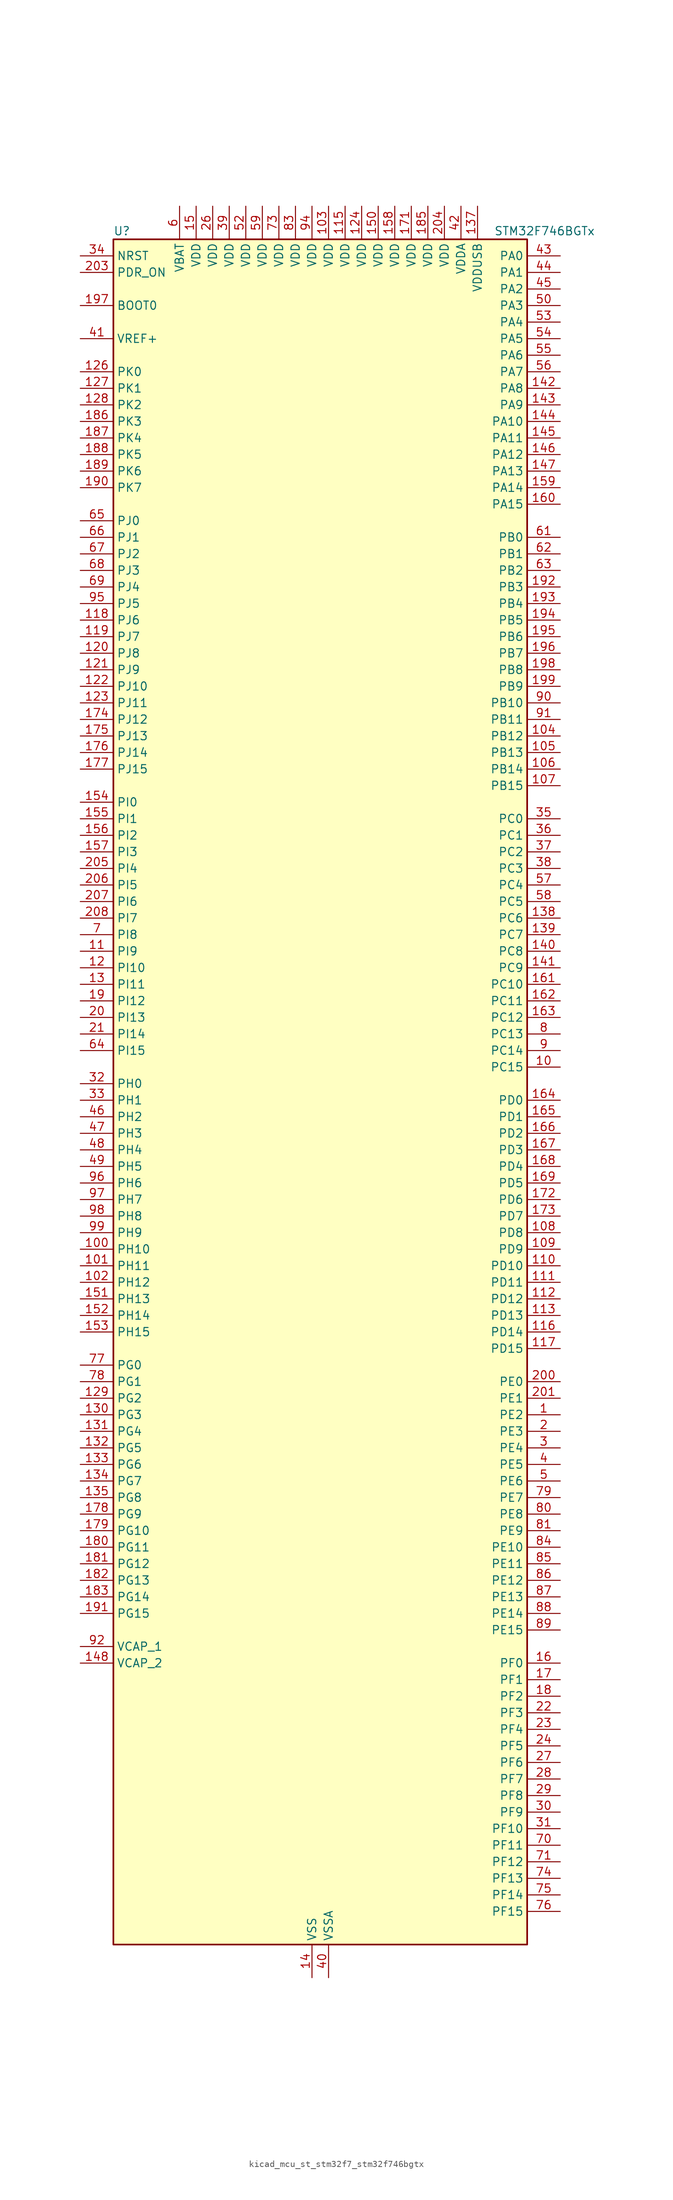
<source format=kicad_sym>
(kicad_symbol_lib
  (version 20220914)
  (generator kicad_symbol_editor)
  (symbol "kicad_mcu_st_stm32f7_stm32f746bgtx"
    (property "Reference" "U"
      (at -30.48 133.35 0)
      (effects (font (size 1.27 1.27)) (justify left)))
    (property "Value" "STM32F746BGTx"
      (at 27.94 133.35 0)
      (effects (font (size 1.27 1.27)) (justify left)))
    (property "ki_locked" ""
      (at 0 0 0)
      (effects (font (size 1.27 1.27))))
    (symbol "kicad_mcu_st_stm32f7_stm32f746bgtx_0_1"
      (rectangle (start -30.48 -129.54) (end 33.02 132.08) (stroke (width 0.254) (type default)) (fill (type background))))
    (symbol "kicad_mcu_st_stm32f7_stm32f746bgtx_1_1"
      (pin bidirectional line (at 38.1 -48.26 180) (length 5.08) (name "PE2" (effects (font (size 1.27 1.27)))) (number "1" (effects (font (size 1.27 1.27)))) (alternate "ETH_TXD3" bidirectional line) (alternate "FMC_A23" bidirectional line) (alternate "QUADSPI_BK1_IO2" bidirectional line) (alternate "SAI1_MCLK_A" bidirectional line) (alternate "SPI4_SCK" bidirectional line) (alternate "SYS_TRACECLK" bidirectional line))
      (pin bidirectional line (at 38.1 5.08 180) (length 5.08) (name "PC15" (effects (font (size 1.27 1.27)))) (number "10" (effects (font (size 1.27 1.27)))) (alternate "RCC_OSC32_OUT" bidirectional line))
      (pin bidirectional line (at -35.56 -22.86 0) (length 5.08) (name "PH10" (effects (font (size 1.27 1.27)))) (number "100" (effects (font (size 1.27 1.27)))) (alternate "DCMI_D1" bidirectional line) (alternate "FMC_D18" bidirectional line) (alternate "I2C4_SMBA" bidirectional line) (alternate "LTDC_R4" bidirectional line) (alternate "TIM5_CH1" bidirectional line))
      (pin bidirectional line (at -35.56 -25.4 0) (length 5.08) (name "PH11" (effects (font (size 1.27 1.27)))) (number "101" (effects (font (size 1.27 1.27)))) (alternate "ADC1_EXTI11" bidirectional line) (alternate "ADC2_EXTI11" bidirectional line) (alternate "ADC3_EXTI11" bidirectional line) (alternate "DCMI_D2" bidirectional line) (alternate "FMC_D19" bidirectional line) (alternate "I2C4_SCL" bidirectional line) (alternate "LTDC_R5" bidirectional line) (alternate "TIM5_CH2" bidirectional line))
      (pin bidirectional line (at -35.56 -27.94 0) (length 5.08) (name "PH12" (effects (font (size 1.27 1.27)))) (number "102" (effects (font (size 1.27 1.27)))) (alternate "DCMI_D3" bidirectional line) (alternate "FMC_D20" bidirectional line) (alternate "I2C4_SDA" bidirectional line) (alternate "LTDC_R6" bidirectional line) (alternate "TIM5_CH3" bidirectional line))
      (pin power_in line (at 2.54 137.16 270) (length 5.08) (name "VDD" (effects (font (size 1.27 1.27)))) (number "103" (effects (font (size 1.27 1.27)))))
      (pin bidirectional line (at 38.1 55.88 180) (length 5.08) (name "PB12" (effects (font (size 1.27 1.27)))) (number "104" (effects (font (size 1.27 1.27)))) (alternate "CAN2_RX" bidirectional line) (alternate "ETH_TXD0" bidirectional line) (alternate "I2C2_SMBA" bidirectional line) (alternate "I2S2_WS" bidirectional line) (alternate "SPI2_NSS" bidirectional line) (alternate "TIM1_BKIN" bidirectional line) (alternate "USART3_CK" bidirectional line) (alternate "USB_OTG_HS_ID" bidirectional line) (alternate "USB_OTG_HS_ULPI_D5" bidirectional line))
      (pin bidirectional line (at 38.1 53.34 180) (length 5.08) (name "PB13" (effects (font (size 1.27 1.27)))) (number "105" (effects (font (size 1.27 1.27)))) (alternate "CAN2_TX" bidirectional line) (alternate "ETH_TXD1" bidirectional line) (alternate "I2S2_CK" bidirectional line) (alternate "SPI2_SCK" bidirectional line) (alternate "TIM1_CH1N" bidirectional line) (alternate "USART3_CTS" bidirectional line) (alternate "USB_OTG_HS_ULPI_D6" bidirectional line) (alternate "USB_OTG_HS_VBUS" bidirectional line))
      (pin bidirectional line (at 38.1 50.8 180) (length 5.08) (name "PB14" (effects (font (size 1.27 1.27)))) (number "106" (effects (font (size 1.27 1.27)))) (alternate "SPI2_MISO" bidirectional line) (alternate "TIM12_CH1" bidirectional line) (alternate "TIM1_CH2N" bidirectional line) (alternate "TIM8_CH2N" bidirectional line) (alternate "USART3_DE" bidirectional line) (alternate "USART3_RTS" bidirectional line) (alternate "USB_OTG_HS_DM" bidirectional line))
      (pin bidirectional line (at 38.1 48.26 180) (length 5.08) (name "PB15" (effects (font (size 1.27 1.27)))) (number "107" (effects (font (size 1.27 1.27)))) (alternate "I2S2_SD" bidirectional line) (alternate "RTC_REFIN" bidirectional line) (alternate "SPI2_MOSI" bidirectional line) (alternate "TIM12_CH2" bidirectional line) (alternate "TIM1_CH3N" bidirectional line) (alternate "TIM8_CH3N" bidirectional line) (alternate "USB_OTG_HS_DP" bidirectional line))
      (pin bidirectional line (at 38.1 -20.32 180) (length 5.08) (name "PD8" (effects (font (size 1.27 1.27)))) (number "108" (effects (font (size 1.27 1.27)))) (alternate "FMC_D13" bidirectional line) (alternate "FMC_DA13" bidirectional line) (alternate "SPDIFRX_IN1" bidirectional line) (alternate "USART3_TX" bidirectional line))
      (pin bidirectional line (at 38.1 -22.86 180) (length 5.08) (name "PD9" (effects (font (size 1.27 1.27)))) (number "109" (effects (font (size 1.27 1.27)))) (alternate "DAC_EXTI9" bidirectional line) (alternate "FMC_D14" bidirectional line) (alternate "FMC_DA14" bidirectional line) (alternate "USART3_RX" bidirectional line))
      (pin bidirectional line (at -35.56 22.86 0) (length 5.08) (name "PI9" (effects (font (size 1.27 1.27)))) (number "11" (effects (font (size 1.27 1.27)))) (alternate "CAN1_RX" bidirectional line) (alternate "DAC_EXTI9" bidirectional line) (alternate "FMC_D30" bidirectional line) (alternate "LTDC_VSYNC" bidirectional line))
      (pin bidirectional line (at 38.1 -25.4 180) (length 5.08) (name "PD10" (effects (font (size 1.27 1.27)))) (number "110" (effects (font (size 1.27 1.27)))) (alternate "FMC_D15" bidirectional line) (alternate "FMC_DA15" bidirectional line) (alternate "LTDC_B3" bidirectional line) (alternate "USART3_CK" bidirectional line))
      (pin bidirectional line (at 38.1 -27.94 180) (length 5.08) (name "PD11" (effects (font (size 1.27 1.27)))) (number "111" (effects (font (size 1.27 1.27)))) (alternate "ADC1_EXTI11" bidirectional line) (alternate "ADC2_EXTI11" bidirectional line) (alternate "ADC3_EXTI11" bidirectional line) (alternate "FMC_A16" bidirectional line) (alternate "FMC_CLE" bidirectional line) (alternate "I2C4_SMBA" bidirectional line) (alternate "QUADSPI_BK1_IO0" bidirectional line) (alternate "SAI2_SD_A" bidirectional line) (alternate "USART3_CTS" bidirectional line))
      (pin bidirectional line (at 38.1 -30.48 180) (length 5.08) (name "PD12" (effects (font (size 1.27 1.27)))) (number "112" (effects (font (size 1.27 1.27)))) (alternate "FMC_A17" bidirectional line) (alternate "FMC_ALE" bidirectional line) (alternate "I2C4_SCL" bidirectional line) (alternate "LPTIM1_IN1" bidirectional line) (alternate "QUADSPI_BK1_IO1" bidirectional line) (alternate "SAI2_FS_A" bidirectional line) (alternate "TIM4_CH1" bidirectional line) (alternate "USART3_DE" bidirectional line) (alternate "USART3_RTS" bidirectional line))
      (pin bidirectional line (at 38.1 -33.02 180) (length 5.08) (name "PD13" (effects (font (size 1.27 1.27)))) (number "113" (effects (font (size 1.27 1.27)))) (alternate "FMC_A18" bidirectional line) (alternate "I2C4_SDA" bidirectional line) (alternate "LPTIM1_OUT" bidirectional line) (alternate "QUADSPI_BK1_IO3" bidirectional line) (alternate "SAI2_SCK_A" bidirectional line) (alternate "TIM4_CH2" bidirectional line))
      (pin passive line (at 0 -134.62 90) (length 5.08) hide (name "VSS" (effects (font (size 1.27 1.27)))) (number "114" (effects (font (size 1.27 1.27)))))
      (pin power_in line (at 5.08 137.16 270) (length 5.08) (name "VDD" (effects (font (size 1.27 1.27)))) (number "115" (effects (font (size 1.27 1.27)))))
      (pin bidirectional line (at 38.1 -35.56 180) (length 5.08) (name "PD14" (effects (font (size 1.27 1.27)))) (number "116" (effects (font (size 1.27 1.27)))) (alternate "FMC_D0" bidirectional line) (alternate "FMC_DA0" bidirectional line) (alternate "TIM4_CH3" bidirectional line) (alternate "UART8_CTS" bidirectional line))
      (pin bidirectional line (at 38.1 -38.1 180) (length 5.08) (name "PD15" (effects (font (size 1.27 1.27)))) (number "117" (effects (font (size 1.27 1.27)))) (alternate "FMC_D1" bidirectional line) (alternate "FMC_DA1" bidirectional line) (alternate "TIM4_CH4" bidirectional line) (alternate "UART8_DE" bidirectional line) (alternate "UART8_RTS" bidirectional line))
      (pin bidirectional line (at -35.56 73.66 0) (length 5.08) (name "PJ6" (effects (font (size 1.27 1.27)))) (number "118" (effects (font (size 1.27 1.27)))) (alternate "LTDC_R7" bidirectional line))
      (pin bidirectional line (at -35.56 71.12 0) (length 5.08) (name "PJ7" (effects (font (size 1.27 1.27)))) (number "119" (effects (font (size 1.27 1.27)))) (alternate "LTDC_G0" bidirectional line))
      (pin bidirectional line (at -35.56 20.32 0) (length 5.08) (name "PI10" (effects (font (size 1.27 1.27)))) (number "12" (effects (font (size 1.27 1.27)))) (alternate "ETH_RX_ER" bidirectional line) (alternate "FMC_D31" bidirectional line) (alternate "LTDC_HSYNC" bidirectional line))
      (pin bidirectional line (at -35.56 68.58 0) (length 5.08) (name "PJ8" (effects (font (size 1.27 1.27)))) (number "120" (effects (font (size 1.27 1.27)))) (alternate "LTDC_G1" bidirectional line))
      (pin bidirectional line (at -35.56 66.04 0) (length 5.08) (name "PJ9" (effects (font (size 1.27 1.27)))) (number "121" (effects (font (size 1.27 1.27)))) (alternate "DAC_EXTI9" bidirectional line) (alternate "LTDC_G2" bidirectional line))
      (pin bidirectional line (at -35.56 63.5 0) (length 5.08) (name "PJ10" (effects (font (size 1.27 1.27)))) (number "122" (effects (font (size 1.27 1.27)))) (alternate "LTDC_G3" bidirectional line))
      (pin bidirectional line (at -35.56 60.96 0) (length 5.08) (name "PJ11" (effects (font (size 1.27 1.27)))) (number "123" (effects (font (size 1.27 1.27)))) (alternate "ADC1_EXTI11" bidirectional line) (alternate "ADC2_EXTI11" bidirectional line) (alternate "ADC3_EXTI11" bidirectional line) (alternate "LTDC_G4" bidirectional line))
      (pin power_in line (at 7.62 137.16 270) (length 5.08) (name "VDD" (effects (font (size 1.27 1.27)))) (number "124" (effects (font (size 1.27 1.27)))))
      (pin passive line (at 0 -134.62 90) (length 5.08) hide (name "VSS" (effects (font (size 1.27 1.27)))) (number "125" (effects (font (size 1.27 1.27)))))
      (pin bidirectional line (at -35.56 111.76 0) (length 5.08) (name "PK0" (effects (font (size 1.27 1.27)))) (number "126" (effects (font (size 1.27 1.27)))) (alternate "LTDC_G5" bidirectional line))
      (pin bidirectional line (at -35.56 109.22 0) (length 5.08) (name "PK1" (effects (font (size 1.27 1.27)))) (number "127" (effects (font (size 1.27 1.27)))) (alternate "LTDC_G6" bidirectional line))
      (pin bidirectional line (at -35.56 106.68 0) (length 5.08) (name "PK2" (effects (font (size 1.27 1.27)))) (number "128" (effects (font (size 1.27 1.27)))) (alternate "LTDC_G7" bidirectional line))
      (pin bidirectional line (at -35.56 -45.72 0) (length 5.08) (name "PG2" (effects (font (size 1.27 1.27)))) (number "129" (effects (font (size 1.27 1.27)))) (alternate "FMC_A12" bidirectional line))
      (pin bidirectional line (at -35.56 17.78 0) (length 5.08) (name "PI11" (effects (font (size 1.27 1.27)))) (number "13" (effects (font (size 1.27 1.27)))) (alternate "ADC1_EXTI11" bidirectional line) (alternate "ADC2_EXTI11" bidirectional line) (alternate "ADC3_EXTI11" bidirectional line) (alternate "SYS_WKUP6" bidirectional line) (alternate "USB_OTG_HS_ULPI_DIR" bidirectional line))
      (pin bidirectional line (at -35.56 -48.26 0) (length 5.08) (name "PG3" (effects (font (size 1.27 1.27)))) (number "130" (effects (font (size 1.27 1.27)))) (alternate "FMC_A13" bidirectional line))
      (pin bidirectional line (at -35.56 -50.8 0) (length 5.08) (name "PG4" (effects (font (size 1.27 1.27)))) (number "131" (effects (font (size 1.27 1.27)))) (alternate "FMC_A14" bidirectional line) (alternate "FMC_BA0" bidirectional line))
      (pin bidirectional line (at -35.56 -53.34 0) (length 5.08) (name "PG5" (effects (font (size 1.27 1.27)))) (number "132" (effects (font (size 1.27 1.27)))) (alternate "FMC_A15" bidirectional line) (alternate "FMC_BA1" bidirectional line))
      (pin bidirectional line (at -35.56 -55.88 0) (length 5.08) (name "PG6" (effects (font (size 1.27 1.27)))) (number "133" (effects (font (size 1.27 1.27)))) (alternate "DCMI_D12" bidirectional line) (alternate "LTDC_R7" bidirectional line))
      (pin bidirectional line (at -35.56 -58.42 0) (length 5.08) (name "PG7" (effects (font (size 1.27 1.27)))) (number "134" (effects (font (size 1.27 1.27)))) (alternate "DCMI_D13" bidirectional line) (alternate "FMC_INT" bidirectional line) (alternate "LTDC_CLK" bidirectional line) (alternate "USART6_CK" bidirectional line))
      (pin bidirectional line (at -35.56 -60.96 0) (length 5.08) (name "PG8" (effects (font (size 1.27 1.27)))) (number "135" (effects (font (size 1.27 1.27)))) (alternate "ETH_PPS_OUT" bidirectional line) (alternate "FMC_SDCLK" bidirectional line) (alternate "SPDIFRX_IN2" bidirectional line) (alternate "SPI6_NSS" bidirectional line) (alternate "USART6_DE" bidirectional line) (alternate "USART6_RTS" bidirectional line))
      (pin passive line (at 0 -134.62 90) (length 5.08) hide (name "VSS" (effects (font (size 1.27 1.27)))) (number "136" (effects (font (size 1.27 1.27)))))
      (pin power_in line (at 25.4 137.16 270) (length 5.08) (name "VDDUSB" (effects (font (size 1.27 1.27)))) (number "137" (effects (font (size 1.27 1.27)))))
      (pin bidirectional line (at 38.1 27.94 180) (length 5.08) (name "PC6" (effects (font (size 1.27 1.27)))) (number "138" (effects (font (size 1.27 1.27)))) (alternate "DCMI_D0" bidirectional line) (alternate "I2S2_MCK" bidirectional line) (alternate "LTDC_HSYNC" bidirectional line) (alternate "SDMMC1_D6" bidirectional line) (alternate "TIM3_CH1" bidirectional line) (alternate "TIM8_CH1" bidirectional line) (alternate "USART6_TX" bidirectional line))
      (pin bidirectional line (at 38.1 25.4 180) (length 5.08) (name "PC7" (effects (font (size 1.27 1.27)))) (number "139" (effects (font (size 1.27 1.27)))) (alternate "DCMI_D1" bidirectional line) (alternate "I2S3_MCK" bidirectional line) (alternate "LTDC_G6" bidirectional line) (alternate "SDMMC1_D7" bidirectional line) (alternate "TIM3_CH2" bidirectional line) (alternate "TIM8_CH2" bidirectional line) (alternate "USART6_RX" bidirectional line))
      (pin power_in line (at 0 -134.62 90) (length 5.08) (name "VSS" (effects (font (size 1.27 1.27)))) (number "14" (effects (font (size 1.27 1.27)))))
      (pin bidirectional line (at 38.1 22.86 180) (length 5.08) (name "PC8" (effects (font (size 1.27 1.27)))) (number "140" (effects (font (size 1.27 1.27)))) (alternate "DCMI_D2" bidirectional line) (alternate "SDMMC1_D0" bidirectional line) (alternate "SYS_TRACED1" bidirectional line) (alternate "TIM3_CH3" bidirectional line) (alternate "TIM8_CH3" bidirectional line) (alternate "UART5_DE" bidirectional line) (alternate "UART5_RTS" bidirectional line) (alternate "USART6_CK" bidirectional line))
      (pin bidirectional line (at 38.1 20.32 180) (length 5.08) (name "PC9" (effects (font (size 1.27 1.27)))) (number "141" (effects (font (size 1.27 1.27)))) (alternate "DAC_EXTI9" bidirectional line) (alternate "DCMI_D3" bidirectional line) (alternate "I2C3_SDA" bidirectional line) (alternate "I2S_CKIN" bidirectional line) (alternate "QUADSPI_BK1_IO0" bidirectional line) (alternate "RCC_MCO_2" bidirectional line) (alternate "SDMMC1_D1" bidirectional line) (alternate "TIM3_CH4" bidirectional line) (alternate "TIM8_CH4" bidirectional line) (alternate "UART5_CTS" bidirectional line))
      (pin bidirectional line (at 38.1 109.22 180) (length 5.08) (name "PA8" (effects (font (size 1.27 1.27)))) (number "142" (effects (font (size 1.27 1.27)))) (alternate "I2C3_SCL" bidirectional line) (alternate "LTDC_R6" bidirectional line) (alternate "RCC_MCO_1" bidirectional line) (alternate "TIM1_CH1" bidirectional line) (alternate "TIM8_BKIN2" bidirectional line) (alternate "USART1_CK" bidirectional line) (alternate "USB_OTG_FS_SOF" bidirectional line))
      (pin bidirectional line (at 38.1 106.68 180) (length 5.08) (name "PA9" (effects (font (size 1.27 1.27)))) (number "143" (effects (font (size 1.27 1.27)))) (alternate "DAC_EXTI9" bidirectional line) (alternate "DCMI_D0" bidirectional line) (alternate "I2C3_SMBA" bidirectional line) (alternate "I2S2_CK" bidirectional line) (alternate "SPI2_SCK" bidirectional line) (alternate "TIM1_CH2" bidirectional line) (alternate "USART1_TX" bidirectional line) (alternate "USB_OTG_FS_VBUS" bidirectional line))
      (pin bidirectional line (at 38.1 104.14 180) (length 5.08) (name "PA10" (effects (font (size 1.27 1.27)))) (number "144" (effects (font (size 1.27 1.27)))) (alternate "DCMI_D1" bidirectional line) (alternate "TIM1_CH3" bidirectional line) (alternate "USART1_RX" bidirectional line) (alternate "USB_OTG_FS_ID" bidirectional line))
      (pin bidirectional line (at 38.1 101.6 180) (length 5.08) (name "PA11" (effects (font (size 1.27 1.27)))) (number "145" (effects (font (size 1.27 1.27)))) (alternate "ADC1_EXTI11" bidirectional line) (alternate "ADC2_EXTI11" bidirectional line) (alternate "ADC3_EXTI11" bidirectional line) (alternate "CAN1_RX" bidirectional line) (alternate "LTDC_R4" bidirectional line) (alternate "TIM1_CH4" bidirectional line) (alternate "USART1_CTS" bidirectional line) (alternate "USB_OTG_FS_DM" bidirectional line))
      (pin bidirectional line (at 38.1 99.06 180) (length 5.08) (name "PA12" (effects (font (size 1.27 1.27)))) (number "146" (effects (font (size 1.27 1.27)))) (alternate "CAN1_TX" bidirectional line) (alternate "LTDC_R5" bidirectional line) (alternate "SAI2_FS_B" bidirectional line) (alternate "TIM1_ETR" bidirectional line) (alternate "USART1_DE" bidirectional line) (alternate "USART1_RTS" bidirectional line) (alternate "USB_OTG_FS_DP" bidirectional line))
      (pin bidirectional line (at 38.1 96.52 180) (length 5.08) (name "PA13" (effects (font (size 1.27 1.27)))) (number "147" (effects (font (size 1.27 1.27)))) (alternate "SYS_JTMS-SWDIO" bidirectional line))
      (pin power_out line (at -35.56 -86.36 0) (length 5.08) (name "VCAP_2" (effects (font (size 1.27 1.27)))) (number "148" (effects (font (size 1.27 1.27)))))
      (pin passive line (at 0 -134.62 90) (length 5.08) hide (name "VSS" (effects (font (size 1.27 1.27)))) (number "149" (effects (font (size 1.27 1.27)))))
      (pin power_in line (at -17.78 137.16 270) (length 5.08) (name "VDD" (effects (font (size 1.27 1.27)))) (number "15" (effects (font (size 1.27 1.27)))))
      (pin power_in line (at 10.16 137.16 270) (length 5.08) (name "VDD" (effects (font (size 1.27 1.27)))) (number "150" (effects (font (size 1.27 1.27)))))
      (pin bidirectional line (at -35.56 -30.48 0) (length 5.08) (name "PH13" (effects (font (size 1.27 1.27)))) (number "151" (effects (font (size 1.27 1.27)))) (alternate "CAN1_TX" bidirectional line) (alternate "FMC_D21" bidirectional line) (alternate "LTDC_G2" bidirectional line) (alternate "TIM8_CH1N" bidirectional line))
      (pin bidirectional line (at -35.56 -33.02 0) (length 5.08) (name "PH14" (effects (font (size 1.27 1.27)))) (number "152" (effects (font (size 1.27 1.27)))) (alternate "DCMI_D4" bidirectional line) (alternate "FMC_D22" bidirectional line) (alternate "LTDC_G3" bidirectional line) (alternate "TIM8_CH2N" bidirectional line))
      (pin bidirectional line (at -35.56 -35.56 0) (length 5.08) (name "PH15" (effects (font (size 1.27 1.27)))) (number "153" (effects (font (size 1.27 1.27)))) (alternate "DCMI_D11" bidirectional line) (alternate "FMC_D23" bidirectional line) (alternate "LTDC_G4" bidirectional line) (alternate "TIM8_CH3N" bidirectional line))
      (pin bidirectional line (at -35.56 45.72 0) (length 5.08) (name "PI0" (effects (font (size 1.27 1.27)))) (number "154" (effects (font (size 1.27 1.27)))) (alternate "DCMI_D13" bidirectional line) (alternate "FMC_D24" bidirectional line) (alternate "I2S2_WS" bidirectional line) (alternate "LTDC_G5" bidirectional line) (alternate "SPI2_NSS" bidirectional line) (alternate "TIM5_CH4" bidirectional line))
      (pin bidirectional line (at -35.56 43.18 0) (length 5.08) (name "PI1" (effects (font (size 1.27 1.27)))) (number "155" (effects (font (size 1.27 1.27)))) (alternate "DCMI_D8" bidirectional line) (alternate "FMC_D25" bidirectional line) (alternate "I2S2_CK" bidirectional line) (alternate "LTDC_G6" bidirectional line) (alternate "SPI2_SCK" bidirectional line) (alternate "TIM8_BKIN2" bidirectional line))
      (pin bidirectional line (at -35.56 40.64 0) (length 5.08) (name "PI2" (effects (font (size 1.27 1.27)))) (number "156" (effects (font (size 1.27 1.27)))) (alternate "DCMI_D9" bidirectional line) (alternate "FMC_D26" bidirectional line) (alternate "LTDC_G7" bidirectional line) (alternate "SPI2_MISO" bidirectional line) (alternate "TIM8_CH4" bidirectional line))
      (pin bidirectional line (at -35.56 38.1 0) (length 5.08) (name "PI3" (effects (font (size 1.27 1.27)))) (number "157" (effects (font (size 1.27 1.27)))) (alternate "DCMI_D10" bidirectional line) (alternate "FMC_D27" bidirectional line) (alternate "I2S2_SD" bidirectional line) (alternate "SPI2_MOSI" bidirectional line) (alternate "TIM8_ETR" bidirectional line))
      (pin power_in line (at 12.7 137.16 270) (length 5.08) (name "VDD" (effects (font (size 1.27 1.27)))) (number "158" (effects (font (size 1.27 1.27)))))
      (pin bidirectional line (at 38.1 93.98 180) (length 5.08) (name "PA14" (effects (font (size 1.27 1.27)))) (number "159" (effects (font (size 1.27 1.27)))) (alternate "SYS_JTCK-SWCLK" bidirectional line))
      (pin bidirectional line (at 38.1 -86.36 180) (length 5.08) (name "PF0" (effects (font (size 1.27 1.27)))) (number "16" (effects (font (size 1.27 1.27)))) (alternate "FMC_A0" bidirectional line) (alternate "I2C2_SDA" bidirectional line))
      (pin bidirectional line (at 38.1 91.44 180) (length 5.08) (name "PA15" (effects (font (size 1.27 1.27)))) (number "160" (effects (font (size 1.27 1.27)))) (alternate "CEC" bidirectional line) (alternate "I2S1_WS" bidirectional line) (alternate "I2S3_WS" bidirectional line) (alternate "SPI1_NSS" bidirectional line) (alternate "SPI3_NSS" bidirectional line) (alternate "SYS_JTDI" bidirectional line) (alternate "TIM2_CH1" bidirectional line) (alternate "TIM2_ETR" bidirectional line) (alternate "UART4_DE" bidirectional line) (alternate "UART4_RTS" bidirectional line))
      (pin bidirectional line (at 38.1 17.78 180) (length 5.08) (name "PC10" (effects (font (size 1.27 1.27)))) (number "161" (effects (font (size 1.27 1.27)))) (alternate "DCMI_D8" bidirectional line) (alternate "I2S3_CK" bidirectional line) (alternate "LTDC_R2" bidirectional line) (alternate "QUADSPI_BK1_IO1" bidirectional line) (alternate "SDMMC1_D2" bidirectional line) (alternate "SPI3_SCK" bidirectional line) (alternate "UART4_TX" bidirectional line) (alternate "USART3_TX" bidirectional line))
      (pin bidirectional line (at 38.1 15.24 180) (length 5.08) (name "PC11" (effects (font (size 1.27 1.27)))) (number "162" (effects (font (size 1.27 1.27)))) (alternate "ADC1_EXTI11" bidirectional line) (alternate "ADC2_EXTI11" bidirectional line) (alternate "ADC3_EXTI11" bidirectional line) (alternate "DCMI_D4" bidirectional line) (alternate "QUADSPI_BK2_NCS" bidirectional line) (alternate "SDMMC1_D3" bidirectional line) (alternate "SPI3_MISO" bidirectional line) (alternate "UART4_RX" bidirectional line) (alternate "USART3_RX" bidirectional line))
      (pin bidirectional line (at 38.1 12.7 180) (length 5.08) (name "PC12" (effects (font (size 1.27 1.27)))) (number "163" (effects (font (size 1.27 1.27)))) (alternate "DCMI_D9" bidirectional line) (alternate "I2S3_SD" bidirectional line) (alternate "SDMMC1_CK" bidirectional line) (alternate "SPI3_MOSI" bidirectional line) (alternate "SYS_TRACED3" bidirectional line) (alternate "UART5_TX" bidirectional line) (alternate "USART3_CK" bidirectional line))
      (pin bidirectional line (at 38.1 0 180) (length 5.08) (name "PD0" (effects (font (size 1.27 1.27)))) (number "164" (effects (font (size 1.27 1.27)))) (alternate "CAN1_RX" bidirectional line) (alternate "FMC_D2" bidirectional line) (alternate "FMC_DA2" bidirectional line))
      (pin bidirectional line (at 38.1 -2.54 180) (length 5.08) (name "PD1" (effects (font (size 1.27 1.27)))) (number "165" (effects (font (size 1.27 1.27)))) (alternate "CAN1_TX" bidirectional line) (alternate "FMC_D3" bidirectional line) (alternate "FMC_DA3" bidirectional line))
      (pin bidirectional line (at 38.1 -5.08 180) (length 5.08) (name "PD2" (effects (font (size 1.27 1.27)))) (number "166" (effects (font (size 1.27 1.27)))) (alternate "DCMI_D11" bidirectional line) (alternate "SDMMC1_CMD" bidirectional line) (alternate "SYS_TRACED2" bidirectional line) (alternate "TIM3_ETR" bidirectional line) (alternate "UART5_RX" bidirectional line))
      (pin bidirectional line (at 38.1 -7.62 180) (length 5.08) (name "PD3" (effects (font (size 1.27 1.27)))) (number "167" (effects (font (size 1.27 1.27)))) (alternate "DCMI_D5" bidirectional line) (alternate "FMC_CLK" bidirectional line) (alternate "I2S2_CK" bidirectional line) (alternate "LTDC_G7" bidirectional line) (alternate "SPI2_SCK" bidirectional line) (alternate "USART2_CTS" bidirectional line))
      (pin bidirectional line (at 38.1 -10.16 180) (length 5.08) (name "PD4" (effects (font (size 1.27 1.27)))) (number "168" (effects (font (size 1.27 1.27)))) (alternate "FMC_NOE" bidirectional line) (alternate "USART2_DE" bidirectional line) (alternate "USART2_RTS" bidirectional line))
      (pin bidirectional line (at 38.1 -12.7 180) (length 5.08) (name "PD5" (effects (font (size 1.27 1.27)))) (number "169" (effects (font (size 1.27 1.27)))) (alternate "FMC_NWE" bidirectional line) (alternate "USART2_TX" bidirectional line))
      (pin bidirectional line (at 38.1 -88.9 180) (length 5.08) (name "PF1" (effects (font (size 1.27 1.27)))) (number "17" (effects (font (size 1.27 1.27)))) (alternate "FMC_A1" bidirectional line) (alternate "I2C2_SCL" bidirectional line))
      (pin passive line (at 0 -134.62 90) (length 5.08) hide (name "VSS" (effects (font (size 1.27 1.27)))) (number "170" (effects (font (size 1.27 1.27)))))
      (pin power_in line (at 15.24 137.16 270) (length 5.08) (name "VDD" (effects (font (size 1.27 1.27)))) (number "171" (effects (font (size 1.27 1.27)))))
      (pin bidirectional line (at 38.1 -15.24 180) (length 5.08) (name "PD6" (effects (font (size 1.27 1.27)))) (number "172" (effects (font (size 1.27 1.27)))) (alternate "DCMI_D10" bidirectional line) (alternate "FMC_NWAIT" bidirectional line) (alternate "I2S3_SD" bidirectional line) (alternate "LTDC_B2" bidirectional line) (alternate "SAI1_SD_A" bidirectional line) (alternate "SPI3_MOSI" bidirectional line) (alternate "USART2_RX" bidirectional line))
      (pin bidirectional line (at 38.1 -17.78 180) (length 5.08) (name "PD7" (effects (font (size 1.27 1.27)))) (number "173" (effects (font (size 1.27 1.27)))) (alternate "FMC_NE1" bidirectional line) (alternate "SPDIFRX_IN0" bidirectional line) (alternate "USART2_CK" bidirectional line))
      (pin bidirectional line (at -35.56 58.42 0) (length 5.08) (name "PJ12" (effects (font (size 1.27 1.27)))) (number "174" (effects (font (size 1.27 1.27)))) (alternate "LTDC_B0" bidirectional line))
      (pin bidirectional line (at -35.56 55.88 0) (length 5.08) (name "PJ13" (effects (font (size 1.27 1.27)))) (number "175" (effects (font (size 1.27 1.27)))) (alternate "LTDC_B1" bidirectional line))
      (pin bidirectional line (at -35.56 53.34 0) (length 5.08) (name "PJ14" (effects (font (size 1.27 1.27)))) (number "176" (effects (font (size 1.27 1.27)))) (alternate "LTDC_B2" bidirectional line))
      (pin bidirectional line (at -35.56 50.8 0) (length 5.08) (name "PJ15" (effects (font (size 1.27 1.27)))) (number "177" (effects (font (size 1.27 1.27)))) (alternate "LTDC_B3" bidirectional line))
      (pin bidirectional line (at -35.56 -63.5 0) (length 5.08) (name "PG9" (effects (font (size 1.27 1.27)))) (number "178" (effects (font (size 1.27 1.27)))) (alternate "DAC_EXTI9" bidirectional line) (alternate "DCMI_VSYNC" bidirectional line) (alternate "FMC_NCE" bidirectional line) (alternate "FMC_NE2" bidirectional line) (alternate "QUADSPI_BK2_IO2" bidirectional line) (alternate "SAI2_FS_B" bidirectional line) (alternate "SPDIFRX_IN3" bidirectional line) (alternate "USART6_RX" bidirectional line))
      (pin bidirectional line (at -35.56 -66.04 0) (length 5.08) (name "PG10" (effects (font (size 1.27 1.27)))) (number "179" (effects (font (size 1.27 1.27)))) (alternate "DCMI_D2" bidirectional line) (alternate "FMC_NE3" bidirectional line) (alternate "LTDC_B2" bidirectional line) (alternate "LTDC_G3" bidirectional line) (alternate "SAI2_SD_B" bidirectional line))
      (pin bidirectional line (at 38.1 -91.44 180) (length 5.08) (name "PF2" (effects (font (size 1.27 1.27)))) (number "18" (effects (font (size 1.27 1.27)))) (alternate "FMC_A2" bidirectional line) (alternate "I2C2_SMBA" bidirectional line))
      (pin bidirectional line (at -35.56 -68.58 0) (length 5.08) (name "PG11" (effects (font (size 1.27 1.27)))) (number "180" (effects (font (size 1.27 1.27)))) (alternate "ADC1_EXTI11" bidirectional line) (alternate "ADC2_EXTI11" bidirectional line) (alternate "ADC3_EXTI11" bidirectional line) (alternate "DCMI_D3" bidirectional line) (alternate "ETH_TX_EN" bidirectional line) (alternate "LTDC_B3" bidirectional line) (alternate "SPDIFRX_IN0" bidirectional line))
      (pin bidirectional line (at -35.56 -71.12 0) (length 5.08) (name "PG12" (effects (font (size 1.27 1.27)))) (number "181" (effects (font (size 1.27 1.27)))) (alternate "FMC_NE4" bidirectional line) (alternate "LPTIM1_IN1" bidirectional line) (alternate "LTDC_B1" bidirectional line) (alternate "LTDC_B4" bidirectional line) (alternate "SPDIFRX_IN1" bidirectional line) (alternate "SPI6_MISO" bidirectional line) (alternate "USART6_DE" bidirectional line) (alternate "USART6_RTS" bidirectional line))
      (pin bidirectional line (at -35.56 -73.66 0) (length 5.08) (name "PG13" (effects (font (size 1.27 1.27)))) (number "182" (effects (font (size 1.27 1.27)))) (alternate "ETH_TXD0" bidirectional line) (alternate "FMC_A24" bidirectional line) (alternate "LPTIM1_OUT" bidirectional line) (alternate "LTDC_R0" bidirectional line) (alternate "SPI6_SCK" bidirectional line) (alternate "SYS_TRACED0" bidirectional line) (alternate "USART6_CTS" bidirectional line))
      (pin bidirectional line (at -35.56 -76.2 0) (length 5.08) (name "PG14" (effects (font (size 1.27 1.27)))) (number "183" (effects (font (size 1.27 1.27)))) (alternate "ETH_TXD1" bidirectional line) (alternate "FMC_A25" bidirectional line) (alternate "LPTIM1_ETR" bidirectional line) (alternate "LTDC_B0" bidirectional line) (alternate "QUADSPI_BK2_IO3" bidirectional line) (alternate "SPI6_MOSI" bidirectional line) (alternate "SYS_TRACED1" bidirectional line) (alternate "USART6_TX" bidirectional line))
      (pin passive line (at 0 -134.62 90) (length 5.08) hide (name "VSS" (effects (font (size 1.27 1.27)))) (number "184" (effects (font (size 1.27 1.27)))))
      (pin power_in line (at 17.78 137.16 270) (length 5.08) (name "VDD" (effects (font (size 1.27 1.27)))) (number "185" (effects (font (size 1.27 1.27)))))
      (pin bidirectional line (at -35.56 104.14 0) (length 5.08) (name "PK3" (effects (font (size 1.27 1.27)))) (number "186" (effects (font (size 1.27 1.27)))) (alternate "LTDC_B4" bidirectional line))
      (pin bidirectional line (at -35.56 101.6 0) (length 5.08) (name "PK4" (effects (font (size 1.27 1.27)))) (number "187" (effects (font (size 1.27 1.27)))) (alternate "LTDC_B5" bidirectional line))
      (pin bidirectional line (at -35.56 99.06 0) (length 5.08) (name "PK5" (effects (font (size 1.27 1.27)))) (number "188" (effects (font (size 1.27 1.27)))) (alternate "LTDC_B6" bidirectional line))
      (pin bidirectional line (at -35.56 96.52 0) (length 5.08) (name "PK6" (effects (font (size 1.27 1.27)))) (number "189" (effects (font (size 1.27 1.27)))) (alternate "LTDC_B7" bidirectional line))
      (pin bidirectional line (at -35.56 15.24 0) (length 5.08) (name "PI12" (effects (font (size 1.27 1.27)))) (number "19" (effects (font (size 1.27 1.27)))) (alternate "LTDC_HSYNC" bidirectional line))
      (pin bidirectional line (at -35.56 93.98 0) (length 5.08) (name "PK7" (effects (font (size 1.27 1.27)))) (number "190" (effects (font (size 1.27 1.27)))) (alternate "LTDC_DE" bidirectional line))
      (pin bidirectional line (at -35.56 -78.74 0) (length 5.08) (name "PG15" (effects (font (size 1.27 1.27)))) (number "191" (effects (font (size 1.27 1.27)))) (alternate "DCMI_D13" bidirectional line) (alternate "FMC_SDNCAS" bidirectional line) (alternate "USART6_CTS" bidirectional line))
      (pin bidirectional line (at 38.1 78.74 180) (length 5.08) (name "PB3" (effects (font (size 1.27 1.27)))) (number "192" (effects (font (size 1.27 1.27)))) (alternate "I2S1_CK" bidirectional line) (alternate "I2S3_CK" bidirectional line) (alternate "SPI1_SCK" bidirectional line) (alternate "SPI3_SCK" bidirectional line) (alternate "SYS_JTDO-SWO" bidirectional line) (alternate "TIM2_CH2" bidirectional line))
      (pin bidirectional line (at 38.1 76.2 180) (length 5.08) (name "PB4" (effects (font (size 1.27 1.27)))) (number "193" (effects (font (size 1.27 1.27)))) (alternate "I2S2_WS" bidirectional line) (alternate "SPI1_MISO" bidirectional line) (alternate "SPI2_NSS" bidirectional line) (alternate "SPI3_MISO" bidirectional line) (alternate "SYS_JTRST" bidirectional line) (alternate "TIM3_CH1" bidirectional line))
      (pin bidirectional line (at 38.1 73.66 180) (length 5.08) (name "PB5" (effects (font (size 1.27 1.27)))) (number "194" (effects (font (size 1.27 1.27)))) (alternate "CAN2_RX" bidirectional line) (alternate "DCMI_D10" bidirectional line) (alternate "ETH_PPS_OUT" bidirectional line) (alternate "FMC_SDCKE1" bidirectional line) (alternate "I2C1_SMBA" bidirectional line) (alternate "I2S1_SD" bidirectional line) (alternate "I2S3_SD" bidirectional line) (alternate "SPI1_MOSI" bidirectional line) (alternate "SPI3_MOSI" bidirectional line) (alternate "TIM3_CH2" bidirectional line) (alternate "USB_OTG_HS_ULPI_D7" bidirectional line))
      (pin bidirectional line (at 38.1 71.12 180) (length 5.08) (name "PB6" (effects (font (size 1.27 1.27)))) (number "195" (effects (font (size 1.27 1.27)))) (alternate "CAN2_TX" bidirectional line) (alternate "CEC" bidirectional line) (alternate "DCMI_D5" bidirectional line) (alternate "FMC_SDNE1" bidirectional line) (alternate "I2C1_SCL" bidirectional line) (alternate "QUADSPI_BK1_NCS" bidirectional line) (alternate "TIM4_CH1" bidirectional line) (alternate "USART1_TX" bidirectional line))
      (pin bidirectional line (at 38.1 68.58 180) (length 5.08) (name "PB7" (effects (font (size 1.27 1.27)))) (number "196" (effects (font (size 1.27 1.27)))) (alternate "DCMI_VSYNC" bidirectional line) (alternate "FMC_NL" bidirectional line) (alternate "I2C1_SDA" bidirectional line) (alternate "TIM4_CH2" bidirectional line) (alternate "USART1_RX" bidirectional line))
      (pin input line (at -35.56 121.92 0) (length 5.08) (name "BOOT0" (effects (font (size 1.27 1.27)))) (number "197" (effects (font (size 1.27 1.27)))))
      (pin bidirectional line (at 38.1 66.04 180) (length 5.08) (name "PB8" (effects (font (size 1.27 1.27)))) (number "198" (effects (font (size 1.27 1.27)))) (alternate "CAN1_RX" bidirectional line) (alternate "DCMI_D6" bidirectional line) (alternate "ETH_TXD3" bidirectional line) (alternate "I2C1_SCL" bidirectional line) (alternate "LTDC_B6" bidirectional line) (alternate "SDMMC1_D4" bidirectional line) (alternate "TIM10_CH1" bidirectional line) (alternate "TIM4_CH3" bidirectional line))
      (pin bidirectional line (at 38.1 63.5 180) (length 5.08) (name "PB9" (effects (font (size 1.27 1.27)))) (number "199" (effects (font (size 1.27 1.27)))) (alternate "CAN1_TX" bidirectional line) (alternate "DAC_EXTI9" bidirectional line) (alternate "DCMI_D7" bidirectional line) (alternate "I2C1_SDA" bidirectional line) (alternate "I2S2_WS" bidirectional line) (alternate "LTDC_B7" bidirectional line) (alternate "SDMMC1_D5" bidirectional line) (alternate "SPI2_NSS" bidirectional line) (alternate "TIM11_CH1" bidirectional line) (alternate "TIM4_CH4" bidirectional line))
      (pin bidirectional line (at 38.1 -50.8 180) (length 5.08) (name "PE3" (effects (font (size 1.27 1.27)))) (number "2" (effects (font (size 1.27 1.27)))) (alternate "FMC_A19" bidirectional line) (alternate "SAI1_SD_B" bidirectional line) (alternate "SYS_TRACED0" bidirectional line))
      (pin bidirectional line (at -35.56 12.7 0) (length 5.08) (name "PI13" (effects (font (size 1.27 1.27)))) (number "20" (effects (font (size 1.27 1.27)))) (alternate "LTDC_VSYNC" bidirectional line))
      (pin bidirectional line (at 38.1 -43.18 180) (length 5.08) (name "PE0" (effects (font (size 1.27 1.27)))) (number "200" (effects (font (size 1.27 1.27)))) (alternate "DCMI_D2" bidirectional line) (alternate "FMC_NBL0" bidirectional line) (alternate "LPTIM1_ETR" bidirectional line) (alternate "SAI2_MCLK_A" bidirectional line) (alternate "TIM4_ETR" bidirectional line) (alternate "UART8_RX" bidirectional line))
      (pin bidirectional line (at 38.1 -45.72 180) (length 5.08) (name "PE1" (effects (font (size 1.27 1.27)))) (number "201" (effects (font (size 1.27 1.27)))) (alternate "DCMI_D3" bidirectional line) (alternate "FMC_NBL1" bidirectional line) (alternate "LPTIM1_IN2" bidirectional line) (alternate "UART8_TX" bidirectional line))
      (pin passive line (at 0 -134.62 90) (length 5.08) hide (name "VSS" (effects (font (size 1.27 1.27)))) (number "202" (effects (font (size 1.27 1.27)))))
      (pin input line (at -35.56 127 0) (length 5.08) (name "PDR_ON" (effects (font (size 1.27 1.27)))) (number "203" (effects (font (size 1.27 1.27)))))
      (pin power_in line (at 20.32 137.16 270) (length 5.08) (name "VDD" (effects (font (size 1.27 1.27)))) (number "204" (effects (font (size 1.27 1.27)))))
      (pin bidirectional line (at -35.56 35.56 0) (length 5.08) (name "PI4" (effects (font (size 1.27 1.27)))) (number "205" (effects (font (size 1.27 1.27)))) (alternate "DCMI_D5" bidirectional line) (alternate "FMC_NBL2" bidirectional line) (alternate "LTDC_B4" bidirectional line) (alternate "SAI2_MCLK_A" bidirectional line) (alternate "TIM8_BKIN" bidirectional line))
      (pin bidirectional line (at -35.56 33.02 0) (length 5.08) (name "PI5" (effects (font (size 1.27 1.27)))) (number "206" (effects (font (size 1.27 1.27)))) (alternate "DCMI_VSYNC" bidirectional line) (alternate "FMC_NBL3" bidirectional line) (alternate "LTDC_B5" bidirectional line) (alternate "SAI2_SCK_A" bidirectional line) (alternate "TIM8_CH1" bidirectional line))
      (pin bidirectional line (at -35.56 30.48 0) (length 5.08) (name "PI6" (effects (font (size 1.27 1.27)))) (number "207" (effects (font (size 1.27 1.27)))) (alternate "DCMI_D6" bidirectional line) (alternate "FMC_D28" bidirectional line) (alternate "LTDC_B6" bidirectional line) (alternate "SAI2_SD_A" bidirectional line) (alternate "TIM8_CH2" bidirectional line))
      (pin bidirectional line (at -35.56 27.94 0) (length 5.08) (name "PI7" (effects (font (size 1.27 1.27)))) (number "208" (effects (font (size 1.27 1.27)))) (alternate "DCMI_D7" bidirectional line) (alternate "FMC_D29" bidirectional line) (alternate "LTDC_B7" bidirectional line) (alternate "SAI2_FS_A" bidirectional line) (alternate "TIM8_CH3" bidirectional line))
      (pin bidirectional line (at -35.56 10.16 0) (length 5.08) (name "PI14" (effects (font (size 1.27 1.27)))) (number "21" (effects (font (size 1.27 1.27)))) (alternate "LTDC_CLK" bidirectional line))
      (pin bidirectional line (at 38.1 -93.98 180) (length 5.08) (name "PF3" (effects (font (size 1.27 1.27)))) (number "22" (effects (font (size 1.27 1.27)))) (alternate "ADC3_IN9" bidirectional line) (alternate "FMC_A3" bidirectional line))
      (pin bidirectional line (at 38.1 -96.52 180) (length 5.08) (name "PF4" (effects (font (size 1.27 1.27)))) (number "23" (effects (font (size 1.27 1.27)))) (alternate "ADC3_IN14" bidirectional line) (alternate "FMC_A4" bidirectional line))
      (pin bidirectional line (at 38.1 -99.06 180) (length 5.08) (name "PF5" (effects (font (size 1.27 1.27)))) (number "24" (effects (font (size 1.27 1.27)))) (alternate "ADC3_IN15" bidirectional line) (alternate "FMC_A5" bidirectional line))
      (pin passive line (at 0 -134.62 90) (length 5.08) hide (name "VSS" (effects (font (size 1.27 1.27)))) (number "25" (effects (font (size 1.27 1.27)))))
      (pin power_in line (at -15.24 137.16 270) (length 5.08) (name "VDD" (effects (font (size 1.27 1.27)))) (number "26" (effects (font (size 1.27 1.27)))))
      (pin bidirectional line (at 38.1 -101.6 180) (length 5.08) (name "PF6" (effects (font (size 1.27 1.27)))) (number "27" (effects (font (size 1.27 1.27)))) (alternate "ADC3_IN4" bidirectional line) (alternate "QUADSPI_BK1_IO3" bidirectional line) (alternate "SAI1_SD_B" bidirectional line) (alternate "SPI5_NSS" bidirectional line) (alternate "TIM10_CH1" bidirectional line) (alternate "UART7_RX" bidirectional line))
      (pin bidirectional line (at 38.1 -104.14 180) (length 5.08) (name "PF7" (effects (font (size 1.27 1.27)))) (number "28" (effects (font (size 1.27 1.27)))) (alternate "ADC3_IN5" bidirectional line) (alternate "QUADSPI_BK1_IO2" bidirectional line) (alternate "SAI1_MCLK_B" bidirectional line) (alternate "SPI5_SCK" bidirectional line) (alternate "TIM11_CH1" bidirectional line) (alternate "UART7_TX" bidirectional line))
      (pin bidirectional line (at 38.1 -106.68 180) (length 5.08) (name "PF8" (effects (font (size 1.27 1.27)))) (number "29" (effects (font (size 1.27 1.27)))) (alternate "ADC3_IN6" bidirectional line) (alternate "QUADSPI_BK1_IO0" bidirectional line) (alternate "SAI1_SCK_B" bidirectional line) (alternate "SPI5_MISO" bidirectional line) (alternate "TIM13_CH1" bidirectional line) (alternate "UART7_DE" bidirectional line) (alternate "UART7_RTS" bidirectional line))
      (pin bidirectional line (at 38.1 -53.34 180) (length 5.08) (name "PE4" (effects (font (size 1.27 1.27)))) (number "3" (effects (font (size 1.27 1.27)))) (alternate "DCMI_D4" bidirectional line) (alternate "FMC_A20" bidirectional line) (alternate "LTDC_B0" bidirectional line) (alternate "SAI1_FS_A" bidirectional line) (alternate "SPI4_NSS" bidirectional line) (alternate "SYS_TRACED1" bidirectional line))
      (pin bidirectional line (at 38.1 -109.22 180) (length 5.08) (name "PF9" (effects (font (size 1.27 1.27)))) (number "30" (effects (font (size 1.27 1.27)))) (alternate "ADC3_IN7" bidirectional line) (alternate "DAC_EXTI9" bidirectional line) (alternate "QUADSPI_BK1_IO1" bidirectional line) (alternate "SAI1_FS_B" bidirectional line) (alternate "SPI5_MOSI" bidirectional line) (alternate "TIM14_CH1" bidirectional line) (alternate "UART7_CTS" bidirectional line))
      (pin bidirectional line (at 38.1 -111.76 180) (length 5.08) (name "PF10" (effects (font (size 1.27 1.27)))) (number "31" (effects (font (size 1.27 1.27)))) (alternate "ADC3_IN8" bidirectional line) (alternate "DCMI_D11" bidirectional line) (alternate "LTDC_DE" bidirectional line))
      (pin bidirectional line (at -35.56 2.54 0) (length 5.08) (name "PH0" (effects (font (size 1.27 1.27)))) (number "32" (effects (font (size 1.27 1.27)))) (alternate "RCC_OSC_IN" bidirectional line))
      (pin bidirectional line (at -35.56 0 0) (length 5.08) (name "PH1" (effects (font (size 1.27 1.27)))) (number "33" (effects (font (size 1.27 1.27)))) (alternate "RCC_OSC_OUT" bidirectional line))
      (pin input line (at -35.56 129.54 0) (length 5.08) (name "NRST" (effects (font (size 1.27 1.27)))) (number "34" (effects (font (size 1.27 1.27)))))
      (pin bidirectional line (at 38.1 43.18 180) (length 5.08) (name "PC0" (effects (font (size 1.27 1.27)))) (number "35" (effects (font (size 1.27 1.27)))) (alternate "ADC1_IN10" bidirectional line) (alternate "ADC2_IN10" bidirectional line) (alternate "ADC3_IN10" bidirectional line) (alternate "FMC_SDNWE" bidirectional line) (alternate "LTDC_R5" bidirectional line) (alternate "SAI2_FS_B" bidirectional line) (alternate "USB_OTG_HS_ULPI_STP" bidirectional line))
      (pin bidirectional line (at 38.1 40.64 180) (length 5.08) (name "PC1" (effects (font (size 1.27 1.27)))) (number "36" (effects (font (size 1.27 1.27)))) (alternate "ADC1_IN11" bidirectional line) (alternate "ADC2_IN11" bidirectional line) (alternate "ADC3_IN11" bidirectional line) (alternate "ETH_MDC" bidirectional line) (alternate "I2S2_SD" bidirectional line) (alternate "RTC_TAMP3" bidirectional line) (alternate "RTC_TS" bidirectional line) (alternate "SAI1_SD_A" bidirectional line) (alternate "SPI2_MOSI" bidirectional line) (alternate "SYS_TRACED0" bidirectional line) (alternate "SYS_WKUP3" bidirectional line))
      (pin bidirectional line (at 38.1 38.1 180) (length 5.08) (name "PC2" (effects (font (size 1.27 1.27)))) (number "37" (effects (font (size 1.27 1.27)))) (alternate "ADC1_IN12" bidirectional line) (alternate "ADC2_IN12" bidirectional line) (alternate "ADC3_IN12" bidirectional line) (alternate "ETH_TXD2" bidirectional line) (alternate "FMC_SDNE0" bidirectional line) (alternate "SPI2_MISO" bidirectional line) (alternate "USB_OTG_HS_ULPI_DIR" bidirectional line))
      (pin bidirectional line (at 38.1 35.56 180) (length 5.08) (name "PC3" (effects (font (size 1.27 1.27)))) (number "38" (effects (font (size 1.27 1.27)))) (alternate "ADC1_IN13" bidirectional line) (alternate "ADC2_IN13" bidirectional line) (alternate "ADC3_IN13" bidirectional line) (alternate "ETH_TX_CLK" bidirectional line) (alternate "FMC_SDCKE0" bidirectional line) (alternate "I2S2_SD" bidirectional line) (alternate "SPI2_MOSI" bidirectional line) (alternate "USB_OTG_HS_ULPI_NXT" bidirectional line))
      (pin power_in line (at -12.7 137.16 270) (length 5.08) (name "VDD" (effects (font (size 1.27 1.27)))) (number "39" (effects (font (size 1.27 1.27)))))
      (pin bidirectional line (at 38.1 -55.88 180) (length 5.08) (name "PE5" (effects (font (size 1.27 1.27)))) (number "4" (effects (font (size 1.27 1.27)))) (alternate "DCMI_D6" bidirectional line) (alternate "FMC_A21" bidirectional line) (alternate "LTDC_G0" bidirectional line) (alternate "SAI1_SCK_A" bidirectional line) (alternate "SPI4_MISO" bidirectional line) (alternate "SYS_TRACED2" bidirectional line) (alternate "TIM9_CH1" bidirectional line))
      (pin power_in line (at 2.54 -134.62 90) (length 5.08) (name "VSSA" (effects (font (size 1.27 1.27)))) (number "40" (effects (font (size 1.27 1.27)))))
      (pin input line (at -35.56 116.84 0) (length 5.08) (name "VREF+" (effects (font (size 1.27 1.27)))) (number "41" (effects (font (size 1.27 1.27)))))
      (pin power_in line (at 22.86 137.16 270) (length 5.08) (name "VDDA" (effects (font (size 1.27 1.27)))) (number "42" (effects (font (size 1.27 1.27)))))
      (pin bidirectional line (at 38.1 129.54 180) (length 5.08) (name "PA0" (effects (font (size 1.27 1.27)))) (number "43" (effects (font (size 1.27 1.27)))) (alternate "ADC1_IN0" bidirectional line) (alternate "ADC2_IN0" bidirectional line) (alternate "ADC3_IN0" bidirectional line) (alternate "ETH_CRS" bidirectional line) (alternate "SAI2_SD_B" bidirectional line) (alternate "SYS_WKUP1" bidirectional line) (alternate "TIM2_CH1" bidirectional line) (alternate "TIM2_ETR" bidirectional line) (alternate "TIM5_CH1" bidirectional line) (alternate "TIM8_ETR" bidirectional line) (alternate "UART4_TX" bidirectional line) (alternate "USART2_CTS" bidirectional line))
      (pin bidirectional line (at 38.1 127 180) (length 5.08) (name "PA1" (effects (font (size 1.27 1.27)))) (number "44" (effects (font (size 1.27 1.27)))) (alternate "ADC1_IN1" bidirectional line) (alternate "ADC2_IN1" bidirectional line) (alternate "ADC3_IN1" bidirectional line) (alternate "ETH_REF_CLK" bidirectional line) (alternate "ETH_RX_CLK" bidirectional line) (alternate "LTDC_R2" bidirectional line) (alternate "QUADSPI_BK1_IO3" bidirectional line) (alternate "SAI2_MCLK_B" bidirectional line) (alternate "TIM2_CH2" bidirectional line) (alternate "TIM5_CH2" bidirectional line) (alternate "UART4_RX" bidirectional line) (alternate "USART2_DE" bidirectional line) (alternate "USART2_RTS" bidirectional line))
      (pin bidirectional line (at 38.1 124.46 180) (length 5.08) (name "PA2" (effects (font (size 1.27 1.27)))) (number "45" (effects (font (size 1.27 1.27)))) (alternate "ADC1_IN2" bidirectional line) (alternate "ADC2_IN2" bidirectional line) (alternate "ADC3_IN2" bidirectional line) (alternate "ETH_MDIO" bidirectional line) (alternate "LTDC_R1" bidirectional line) (alternate "SAI2_SCK_B" bidirectional line) (alternate "SYS_WKUP2" bidirectional line) (alternate "TIM2_CH3" bidirectional line) (alternate "TIM5_CH3" bidirectional line) (alternate "TIM9_CH1" bidirectional line) (alternate "USART2_TX" bidirectional line))
      (pin bidirectional line (at -35.56 -2.54 0) (length 5.08) (name "PH2" (effects (font (size 1.27 1.27)))) (number "46" (effects (font (size 1.27 1.27)))) (alternate "ETH_CRS" bidirectional line) (alternate "FMC_SDCKE0" bidirectional line) (alternate "LPTIM1_IN2" bidirectional line) (alternate "LTDC_R0" bidirectional line) (alternate "QUADSPI_BK2_IO0" bidirectional line) (alternate "SAI2_SCK_B" bidirectional line))
      (pin bidirectional line (at -35.56 -5.08 0) (length 5.08) (name "PH3" (effects (font (size 1.27 1.27)))) (number "47" (effects (font (size 1.27 1.27)))) (alternate "ETH_COL" bidirectional line) (alternate "FMC_SDNE0" bidirectional line) (alternate "LTDC_R1" bidirectional line) (alternate "QUADSPI_BK2_IO1" bidirectional line) (alternate "SAI2_MCLK_B" bidirectional line))
      (pin bidirectional line (at -35.56 -7.62 0) (length 5.08) (name "PH4" (effects (font (size 1.27 1.27)))) (number "48" (effects (font (size 1.27 1.27)))) (alternate "I2C2_SCL" bidirectional line) (alternate "USB_OTG_HS_ULPI_NXT" bidirectional line))
      (pin bidirectional line (at -35.56 -10.16 0) (length 5.08) (name "PH5" (effects (font (size 1.27 1.27)))) (number "49" (effects (font (size 1.27 1.27)))) (alternate "FMC_SDNWE" bidirectional line) (alternate "I2C2_SDA" bidirectional line) (alternate "SPI5_NSS" bidirectional line))
      (pin bidirectional line (at 38.1 -58.42 180) (length 5.08) (name "PE6" (effects (font (size 1.27 1.27)))) (number "5" (effects (font (size 1.27 1.27)))) (alternate "DCMI_D7" bidirectional line) (alternate "FMC_A22" bidirectional line) (alternate "LTDC_G1" bidirectional line) (alternate "SAI1_SD_A" bidirectional line) (alternate "SAI2_MCLK_B" bidirectional line) (alternate "SPI4_MOSI" bidirectional line) (alternate "SYS_TRACED3" bidirectional line) (alternate "TIM1_BKIN2" bidirectional line) (alternate "TIM9_CH2" bidirectional line))
      (pin bidirectional line (at 38.1 121.92 180) (length 5.08) (name "PA3" (effects (font (size 1.27 1.27)))) (number "50" (effects (font (size 1.27 1.27)))) (alternate "ADC1_IN3" bidirectional line) (alternate "ADC2_IN3" bidirectional line) (alternate "ADC3_IN3" bidirectional line) (alternate "ETH_COL" bidirectional line) (alternate "LTDC_B5" bidirectional line) (alternate "TIM2_CH4" bidirectional line) (alternate "TIM5_CH4" bidirectional line) (alternate "TIM9_CH2" bidirectional line) (alternate "USART2_RX" bidirectional line) (alternate "USB_OTG_HS_ULPI_D0" bidirectional line))
      (pin passive line (at 0 -134.62 90) (length 5.08) hide (name "VSS" (effects (font (size 1.27 1.27)))) (number "51" (effects (font (size 1.27 1.27)))))
      (pin power_in line (at -10.16 137.16 270) (length 5.08) (name "VDD" (effects (font (size 1.27 1.27)))) (number "52" (effects (font (size 1.27 1.27)))))
      (pin bidirectional line (at 38.1 119.38 180) (length 5.08) (name "PA4" (effects (font (size 1.27 1.27)))) (number "53" (effects (font (size 1.27 1.27)))) (alternate "ADC1_IN4" bidirectional line) (alternate "ADC2_IN4" bidirectional line) (alternate "DAC_OUT1" bidirectional line) (alternate "DCMI_HSYNC" bidirectional line) (alternate "I2S1_WS" bidirectional line) (alternate "I2S3_WS" bidirectional line) (alternate "LTDC_VSYNC" bidirectional line) (alternate "SPI1_NSS" bidirectional line) (alternate "SPI3_NSS" bidirectional line) (alternate "USART2_CK" bidirectional line) (alternate "USB_OTG_HS_SOF" bidirectional line))
      (pin bidirectional line (at 38.1 116.84 180) (length 5.08) (name "PA5" (effects (font (size 1.27 1.27)))) (number "54" (effects (font (size 1.27 1.27)))) (alternate "ADC1_IN5" bidirectional line) (alternate "ADC2_IN5" bidirectional line) (alternate "DAC_OUT2" bidirectional line) (alternate "I2S1_CK" bidirectional line) (alternate "LTDC_R4" bidirectional line) (alternate "SPI1_SCK" bidirectional line) (alternate "TIM2_CH1" bidirectional line) (alternate "TIM2_ETR" bidirectional line) (alternate "TIM8_CH1N" bidirectional line) (alternate "USB_OTG_HS_ULPI_CK" bidirectional line))
      (pin bidirectional line (at 38.1 114.3 180) (length 5.08) (name "PA6" (effects (font (size 1.27 1.27)))) (number "55" (effects (font (size 1.27 1.27)))) (alternate "ADC1_IN6" bidirectional line) (alternate "ADC2_IN6" bidirectional line) (alternate "DCMI_PIXCLK" bidirectional line) (alternate "LTDC_G2" bidirectional line) (alternate "SPI1_MISO" bidirectional line) (alternate "TIM13_CH1" bidirectional line) (alternate "TIM1_BKIN" bidirectional line) (alternate "TIM3_CH1" bidirectional line) (alternate "TIM8_BKIN" bidirectional line))
      (pin bidirectional line (at 38.1 111.76 180) (length 5.08) (name "PA7" (effects (font (size 1.27 1.27)))) (number "56" (effects (font (size 1.27 1.27)))) (alternate "ADC1_IN7" bidirectional line) (alternate "ADC2_IN7" bidirectional line) (alternate "ETH_CRS_DV" bidirectional line) (alternate "ETH_RX_DV" bidirectional line) (alternate "FMC_SDNWE" bidirectional line) (alternate "I2S1_SD" bidirectional line) (alternate "SPI1_MOSI" bidirectional line) (alternate "TIM14_CH1" bidirectional line) (alternate "TIM1_CH1N" bidirectional line) (alternate "TIM3_CH2" bidirectional line) (alternate "TIM8_CH1N" bidirectional line))
      (pin bidirectional line (at 38.1 33.02 180) (length 5.08) (name "PC4" (effects (font (size 1.27 1.27)))) (number "57" (effects (font (size 1.27 1.27)))) (alternate "ADC1_IN14" bidirectional line) (alternate "ADC2_IN14" bidirectional line) (alternate "ETH_RXD0" bidirectional line) (alternate "FMC_SDNE0" bidirectional line) (alternate "I2S1_MCK" bidirectional line) (alternate "SPDIFRX_IN2" bidirectional line))
      (pin bidirectional line (at 38.1 30.48 180) (length 5.08) (name "PC5" (effects (font (size 1.27 1.27)))) (number "58" (effects (font (size 1.27 1.27)))) (alternate "ADC1_IN15" bidirectional line) (alternate "ADC2_IN15" bidirectional line) (alternate "ETH_RXD1" bidirectional line) (alternate "FMC_SDCKE0" bidirectional line) (alternate "SPDIFRX_IN3" bidirectional line))
      (pin power_in line (at -7.62 137.16 270) (length 5.08) (name "VDD" (effects (font (size 1.27 1.27)))) (number "59" (effects (font (size 1.27 1.27)))))
      (pin power_in line (at -20.32 137.16 270) (length 5.08) (name "VBAT" (effects (font (size 1.27 1.27)))) (number "6" (effects (font (size 1.27 1.27)))))
      (pin passive line (at 0 -134.62 90) (length 5.08) hide (name "VSS" (effects (font (size 1.27 1.27)))) (number "60" (effects (font (size 1.27 1.27)))))
      (pin bidirectional line (at 38.1 86.36 180) (length 5.08) (name "PB0" (effects (font (size 1.27 1.27)))) (number "61" (effects (font (size 1.27 1.27)))) (alternate "ADC1_IN8" bidirectional line) (alternate "ADC2_IN8" bidirectional line) (alternate "ETH_RXD2" bidirectional line) (alternate "LTDC_R3" bidirectional line) (alternate "TIM1_CH2N" bidirectional line) (alternate "TIM3_CH3" bidirectional line) (alternate "TIM8_CH2N" bidirectional line) (alternate "UART4_CTS" bidirectional line) (alternate "USB_OTG_HS_ULPI_D1" bidirectional line))
      (pin bidirectional line (at 38.1 83.82 180) (length 5.08) (name "PB1" (effects (font (size 1.27 1.27)))) (number "62" (effects (font (size 1.27 1.27)))) (alternate "ADC1_IN9" bidirectional line) (alternate "ADC2_IN9" bidirectional line) (alternate "ETH_RXD3" bidirectional line) (alternate "LTDC_R6" bidirectional line) (alternate "TIM1_CH3N" bidirectional line) (alternate "TIM3_CH4" bidirectional line) (alternate "TIM8_CH3N" bidirectional line) (alternate "USB_OTG_HS_ULPI_D2" bidirectional line))
      (pin bidirectional line (at 38.1 81.28 180) (length 5.08) (name "PB2" (effects (font (size 1.27 1.27)))) (number "63" (effects (font (size 1.27 1.27)))) (alternate "I2S3_SD" bidirectional line) (alternate "QUADSPI_CLK" bidirectional line) (alternate "SAI1_SD_A" bidirectional line) (alternate "SPI3_MOSI" bidirectional line))
      (pin bidirectional line (at -35.56 7.62 0) (length 5.08) (name "PI15" (effects (font (size 1.27 1.27)))) (number "64" (effects (font (size 1.27 1.27)))) (alternate "LTDC_R0" bidirectional line))
      (pin bidirectional line (at -35.56 88.9 0) (length 5.08) (name "PJ0" (effects (font (size 1.27 1.27)))) (number "65" (effects (font (size 1.27 1.27)))) (alternate "LTDC_R1" bidirectional line))
      (pin bidirectional line (at -35.56 86.36 0) (length 5.08) (name "PJ1" (effects (font (size 1.27 1.27)))) (number "66" (effects (font (size 1.27 1.27)))) (alternate "LTDC_R2" bidirectional line))
      (pin bidirectional line (at -35.56 83.82 0) (length 5.08) (name "PJ2" (effects (font (size 1.27 1.27)))) (number "67" (effects (font (size 1.27 1.27)))) (alternate "LTDC_R3" bidirectional line))
      (pin bidirectional line (at -35.56 81.28 0) (length 5.08) (name "PJ3" (effects (font (size 1.27 1.27)))) (number "68" (effects (font (size 1.27 1.27)))) (alternate "LTDC_R4" bidirectional line))
      (pin bidirectional line (at -35.56 78.74 0) (length 5.08) (name "PJ4" (effects (font (size 1.27 1.27)))) (number "69" (effects (font (size 1.27 1.27)))) (alternate "LTDC_R5" bidirectional line))
      (pin bidirectional line (at -35.56 25.4 0) (length 5.08) (name "PI8" (effects (font (size 1.27 1.27)))) (number "7" (effects (font (size 1.27 1.27)))) (alternate "RTC_TAMP2" bidirectional line) (alternate "RTC_TS" bidirectional line) (alternate "SYS_WKUP5" bidirectional line))
      (pin bidirectional line (at 38.1 -114.3 180) (length 5.08) (name "PF11" (effects (font (size 1.27 1.27)))) (number "70" (effects (font (size 1.27 1.27)))) (alternate "ADC1_EXTI11" bidirectional line) (alternate "ADC2_EXTI11" bidirectional line) (alternate "ADC3_EXTI11" bidirectional line) (alternate "DCMI_D12" bidirectional line) (alternate "FMC_SDNRAS" bidirectional line) (alternate "SAI2_SD_B" bidirectional line) (alternate "SPI5_MOSI" bidirectional line))
      (pin bidirectional line (at 38.1 -116.84 180) (length 5.08) (name "PF12" (effects (font (size 1.27 1.27)))) (number "71" (effects (font (size 1.27 1.27)))) (alternate "FMC_A6" bidirectional line))
      (pin passive line (at 0 -134.62 90) (length 5.08) hide (name "VSS" (effects (font (size 1.27 1.27)))) (number "72" (effects (font (size 1.27 1.27)))))
      (pin power_in line (at -5.08 137.16 270) (length 5.08) (name "VDD" (effects (font (size 1.27 1.27)))) (number "73" (effects (font (size 1.27 1.27)))))
      (pin bidirectional line (at 38.1 -119.38 180) (length 5.08) (name "PF13" (effects (font (size 1.27 1.27)))) (number "74" (effects (font (size 1.27 1.27)))) (alternate "FMC_A7" bidirectional line) (alternate "I2C4_SMBA" bidirectional line))
      (pin bidirectional line (at 38.1 -121.92 180) (length 5.08) (name "PF14" (effects (font (size 1.27 1.27)))) (number "75" (effects (font (size 1.27 1.27)))) (alternate "FMC_A8" bidirectional line) (alternate "I2C4_SCL" bidirectional line))
      (pin bidirectional line (at 38.1 -124.46 180) (length 5.08) (name "PF15" (effects (font (size 1.27 1.27)))) (number "76" (effects (font (size 1.27 1.27)))) (alternate "FMC_A9" bidirectional line) (alternate "I2C4_SDA" bidirectional line))
      (pin bidirectional line (at -35.56 -40.64 0) (length 5.08) (name "PG0" (effects (font (size 1.27 1.27)))) (number "77" (effects (font (size 1.27 1.27)))) (alternate "FMC_A10" bidirectional line))
      (pin bidirectional line (at -35.56 -43.18 0) (length 5.08) (name "PG1" (effects (font (size 1.27 1.27)))) (number "78" (effects (font (size 1.27 1.27)))) (alternate "FMC_A11" bidirectional line))
      (pin bidirectional line (at 38.1 -60.96 180) (length 5.08) (name "PE7" (effects (font (size 1.27 1.27)))) (number "79" (effects (font (size 1.27 1.27)))) (alternate "FMC_D4" bidirectional line) (alternate "FMC_DA4" bidirectional line) (alternate "QUADSPI_BK2_IO0" bidirectional line) (alternate "TIM1_ETR" bidirectional line) (alternate "UART7_RX" bidirectional line))
      (pin bidirectional line (at 38.1 10.16 180) (length 5.08) (name "PC13" (effects (font (size 1.27 1.27)))) (number "8" (effects (font (size 1.27 1.27)))) (alternate "RTC_OUT" bidirectional line) (alternate "RTC_TAMP1" bidirectional line) (alternate "RTC_TS" bidirectional line) (alternate "SYS_WKUP4" bidirectional line))
      (pin bidirectional line (at 38.1 -63.5 180) (length 5.08) (name "PE8" (effects (font (size 1.27 1.27)))) (number "80" (effects (font (size 1.27 1.27)))) (alternate "FMC_D5" bidirectional line) (alternate "FMC_DA5" bidirectional line) (alternate "QUADSPI_BK2_IO1" bidirectional line) (alternate "TIM1_CH1N" bidirectional line) (alternate "UART7_TX" bidirectional line))
      (pin bidirectional line (at 38.1 -66.04 180) (length 5.08) (name "PE9" (effects (font (size 1.27 1.27)))) (number "81" (effects (font (size 1.27 1.27)))) (alternate "DAC_EXTI9" bidirectional line) (alternate "FMC_D6" bidirectional line) (alternate "FMC_DA6" bidirectional line) (alternate "QUADSPI_BK2_IO2" bidirectional line) (alternate "TIM1_CH1" bidirectional line) (alternate "UART7_DE" bidirectional line) (alternate "UART7_RTS" bidirectional line))
      (pin passive line (at 0 -134.62 90) (length 5.08) hide (name "VSS" (effects (font (size 1.27 1.27)))) (number "82" (effects (font (size 1.27 1.27)))))
      (pin power_in line (at -2.54 137.16 270) (length 5.08) (name "VDD" (effects (font (size 1.27 1.27)))) (number "83" (effects (font (size 1.27 1.27)))))
      (pin bidirectional line (at 38.1 -68.58 180) (length 5.08) (name "PE10" (effects (font (size 1.27 1.27)))) (number "84" (effects (font (size 1.27 1.27)))) (alternate "FMC_D7" bidirectional line) (alternate "FMC_DA7" bidirectional line) (alternate "QUADSPI_BK2_IO3" bidirectional line) (alternate "TIM1_CH2N" bidirectional line) (alternate "UART7_CTS" bidirectional line))
      (pin bidirectional line (at 38.1 -71.12 180) (length 5.08) (name "PE11" (effects (font (size 1.27 1.27)))) (number "85" (effects (font (size 1.27 1.27)))) (alternate "ADC1_EXTI11" bidirectional line) (alternate "ADC2_EXTI11" bidirectional line) (alternate "ADC3_EXTI11" bidirectional line) (alternate "FMC_D8" bidirectional line) (alternate "FMC_DA8" bidirectional line) (alternate "LTDC_G3" bidirectional line) (alternate "SAI2_SD_B" bidirectional line) (alternate "SPI4_NSS" bidirectional line) (alternate "TIM1_CH2" bidirectional line))
      (pin bidirectional line (at 38.1 -73.66 180) (length 5.08) (name "PE12" (effects (font (size 1.27 1.27)))) (number "86" (effects (font (size 1.27 1.27)))) (alternate "FMC_D9" bidirectional line) (alternate "FMC_DA9" bidirectional line) (alternate "LTDC_B4" bidirectional line) (alternate "SAI2_SCK_B" bidirectional line) (alternate "SPI4_SCK" bidirectional line) (alternate "TIM1_CH3N" bidirectional line))
      (pin bidirectional line (at 38.1 -76.2 180) (length 5.08) (name "PE13" (effects (font (size 1.27 1.27)))) (number "87" (effects (font (size 1.27 1.27)))) (alternate "FMC_D10" bidirectional line) (alternate "FMC_DA10" bidirectional line) (alternate "LTDC_DE" bidirectional line) (alternate "SAI2_FS_B" bidirectional line) (alternate "SPI4_MISO" bidirectional line) (alternate "TIM1_CH3" bidirectional line))
      (pin bidirectional line (at 38.1 -78.74 180) (length 5.08) (name "PE14" (effects (font (size 1.27 1.27)))) (number "88" (effects (font (size 1.27 1.27)))) (alternate "FMC_D11" bidirectional line) (alternate "FMC_DA11" bidirectional line) (alternate "LTDC_CLK" bidirectional line) (alternate "SAI2_MCLK_B" bidirectional line) (alternate "SPI4_MOSI" bidirectional line) (alternate "TIM1_CH4" bidirectional line))
      (pin bidirectional line (at 38.1 -81.28 180) (length 5.08) (name "PE15" (effects (font (size 1.27 1.27)))) (number "89" (effects (font (size 1.27 1.27)))) (alternate "FMC_D12" bidirectional line) (alternate "FMC_DA12" bidirectional line) (alternate "LTDC_R7" bidirectional line) (alternate "TIM1_BKIN" bidirectional line))
      (pin bidirectional line (at 38.1 7.62 180) (length 5.08) (name "PC14" (effects (font (size 1.27 1.27)))) (number "9" (effects (font (size 1.27 1.27)))) (alternate "RCC_OSC32_IN" bidirectional line))
      (pin bidirectional line (at 38.1 60.96 180) (length 5.08) (name "PB10" (effects (font (size 1.27 1.27)))) (number "90" (effects (font (size 1.27 1.27)))) (alternate "ETH_RX_ER" bidirectional line) (alternate "I2C2_SCL" bidirectional line) (alternate "I2S2_CK" bidirectional line) (alternate "LTDC_G4" bidirectional line) (alternate "SPI2_SCK" bidirectional line) (alternate "TIM2_CH3" bidirectional line) (alternate "USART3_TX" bidirectional line) (alternate "USB_OTG_HS_ULPI_D3" bidirectional line))
      (pin bidirectional line (at 38.1 58.42 180) (length 5.08) (name "PB11" (effects (font (size 1.27 1.27)))) (number "91" (effects (font (size 1.27 1.27)))) (alternate "ADC1_EXTI11" bidirectional line) (alternate "ADC2_EXTI11" bidirectional line) (alternate "ADC3_EXTI11" bidirectional line) (alternate "ETH_TX_EN" bidirectional line) (alternate "I2C2_SDA" bidirectional line) (alternate "LTDC_G5" bidirectional line) (alternate "TIM2_CH4" bidirectional line) (alternate "USART3_RX" bidirectional line) (alternate "USB_OTG_HS_ULPI_D4" bidirectional line))
      (pin power_out line (at -35.56 -83.82 0) (length 5.08) (name "VCAP_1" (effects (font (size 1.27 1.27)))) (number "92" (effects (font (size 1.27 1.27)))))
      (pin passive line (at 0 -134.62 90) (length 5.08) hide (name "VSS" (effects (font (size 1.27 1.27)))) (number "93" (effects (font (size 1.27 1.27)))))
      (pin power_in line (at 0 137.16 270) (length 5.08) (name "VDD" (effects (font (size 1.27 1.27)))) (number "94" (effects (font (size 1.27 1.27)))))
      (pin bidirectional line (at -35.56 76.2 0) (length 5.08) (name "PJ5" (effects (font (size 1.27 1.27)))) (number "95" (effects (font (size 1.27 1.27)))) (alternate "LTDC_R6" bidirectional line))
      (pin bidirectional line (at -35.56 -12.7 0) (length 5.08) (name "PH6" (effects (font (size 1.27 1.27)))) (number "96" (effects (font (size 1.27 1.27)))) (alternate "DCMI_D8" bidirectional line) (alternate "ETH_RXD2" bidirectional line) (alternate "FMC_SDNE1" bidirectional line) (alternate "I2C2_SMBA" bidirectional line) (alternate "SPI5_SCK" bidirectional line) (alternate "TIM12_CH1" bidirectional line))
      (pin bidirectional line (at -35.56 -15.24 0) (length 5.08) (name "PH7" (effects (font (size 1.27 1.27)))) (number "97" (effects (font (size 1.27 1.27)))) (alternate "DCMI_D9" bidirectional line) (alternate "ETH_RXD3" bidirectional line) (alternate "FMC_SDCKE1" bidirectional line) (alternate "I2C3_SCL" bidirectional line) (alternate "SPI5_MISO" bidirectional line))
      (pin bidirectional line (at -35.56 -17.78 0) (length 5.08) (name "PH8" (effects (font (size 1.27 1.27)))) (number "98" (effects (font (size 1.27 1.27)))) (alternate "DCMI_HSYNC" bidirectional line) (alternate "FMC_D16" bidirectional line) (alternate "I2C3_SDA" bidirectional line) (alternate "LTDC_R2" bidirectional line))
      (pin bidirectional line (at -35.56 -20.32 0) (length 5.08) (name "PH9" (effects (font (size 1.27 1.27)))) (number "99" (effects (font (size 1.27 1.27)))) (alternate "DAC_EXTI9" bidirectional line) (alternate "DCMI_D0" bidirectional line) (alternate "FMC_D17" bidirectional line) (alternate "I2C3_SMBA" bidirectional line) (alternate "LTDC_R3" bidirectional line) (alternate "TIM12_CH2" bidirectional line)))))
</source>
